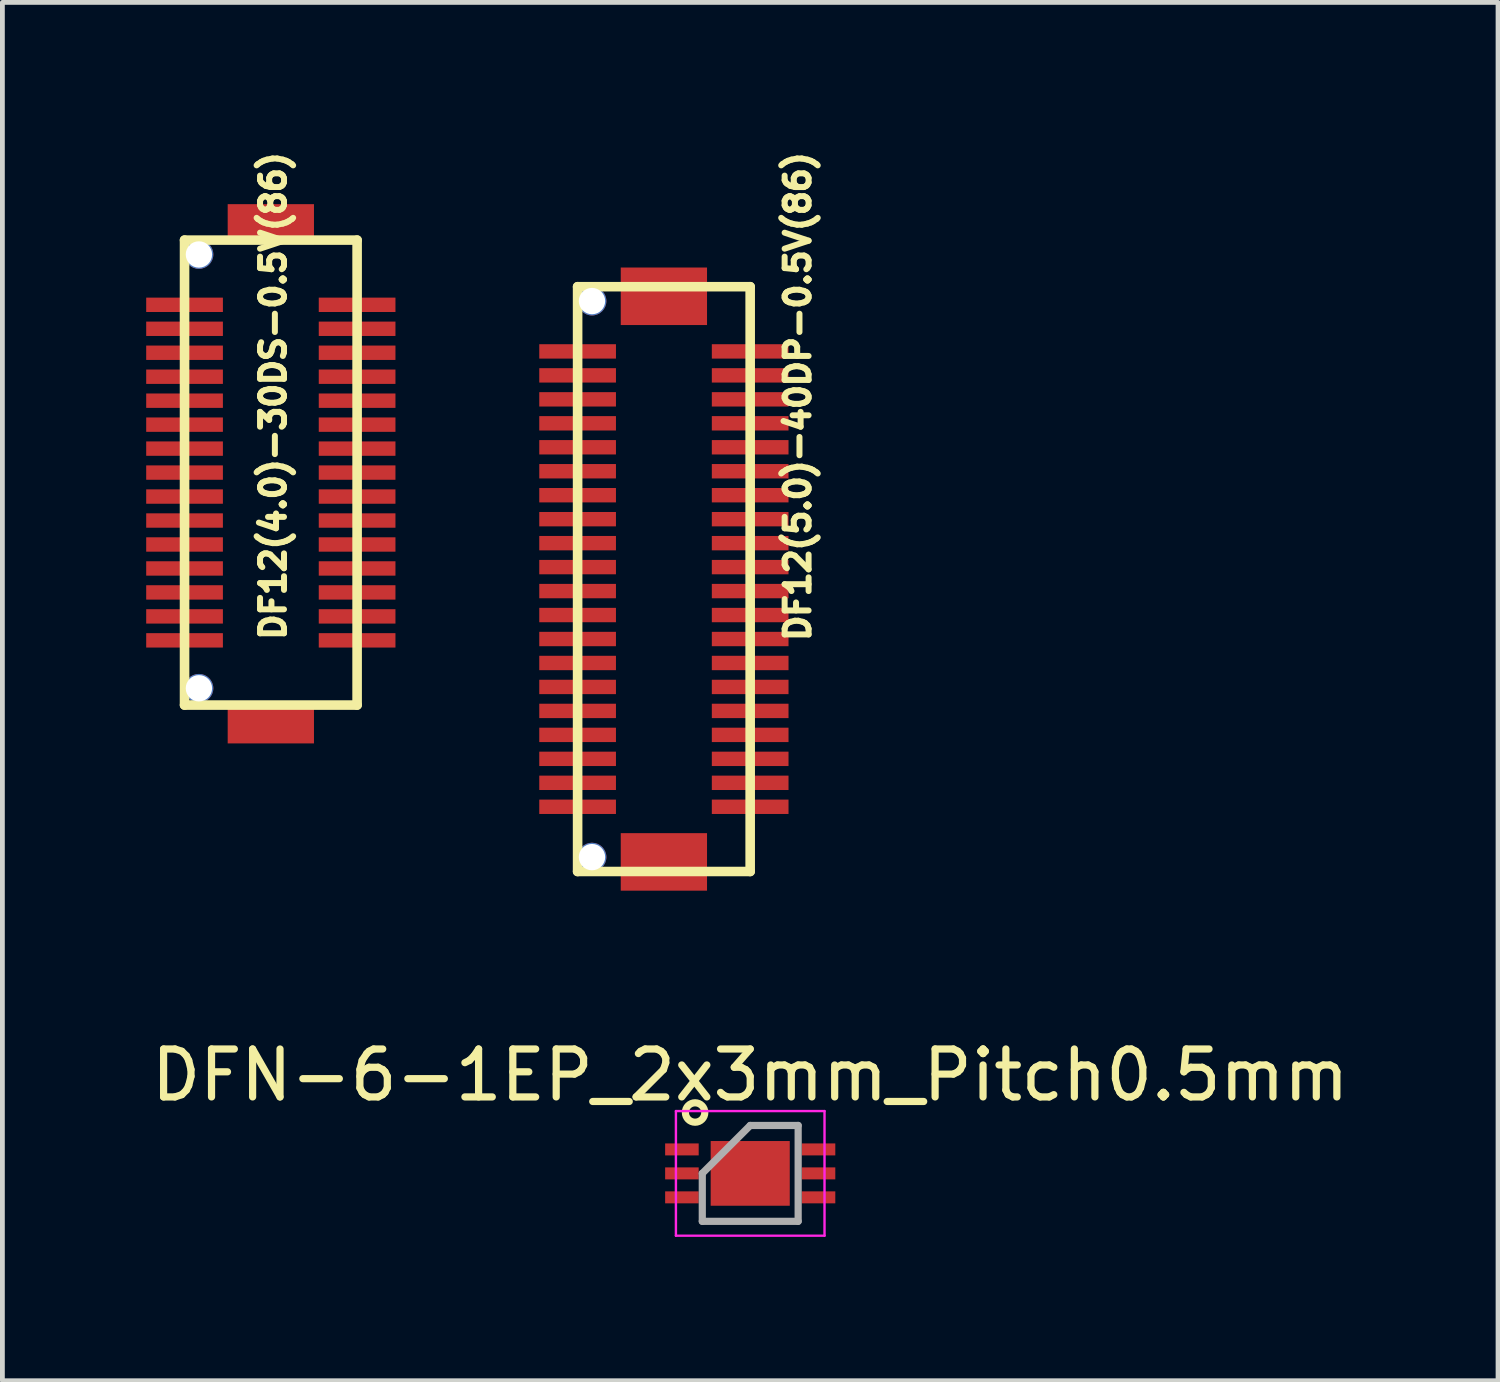
<source format=kicad_pcb>
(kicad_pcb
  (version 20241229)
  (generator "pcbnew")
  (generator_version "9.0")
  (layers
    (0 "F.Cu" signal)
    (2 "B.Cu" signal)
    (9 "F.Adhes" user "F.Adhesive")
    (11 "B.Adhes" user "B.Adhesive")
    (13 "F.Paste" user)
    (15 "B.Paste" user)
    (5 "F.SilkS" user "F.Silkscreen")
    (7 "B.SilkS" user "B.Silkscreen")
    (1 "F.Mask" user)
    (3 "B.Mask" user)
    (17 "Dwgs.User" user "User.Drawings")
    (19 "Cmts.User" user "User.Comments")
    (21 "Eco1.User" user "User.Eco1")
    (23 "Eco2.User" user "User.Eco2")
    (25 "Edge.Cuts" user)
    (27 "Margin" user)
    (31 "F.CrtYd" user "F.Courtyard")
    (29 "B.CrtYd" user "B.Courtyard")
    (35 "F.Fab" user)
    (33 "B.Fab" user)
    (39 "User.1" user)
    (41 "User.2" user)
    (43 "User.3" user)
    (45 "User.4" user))
  (footprint "DF12(5.0)-40DP-0.5V(86)"
    (layer "F.Cu")
    (at 10.8 9.031)
    (property "Reference" "DF12(5.0)-40DP-0.5V(86)" (at 2.794 -3.81 90) (layer "F.SilkS") (effects (font (size 0.5 0.5) (thickness 0.125))))
    (attr through_hole)
    (fp_line (start -1.8 -6.1) (end -1.8 6.1) (stroke (width 0.2) (type solid)) (layer "F.SilkS"))
    (fp_line (start -1.8 -6.1) (end 1.8 -6.1) (stroke (width 0.2) (type solid)) (layer "F.SilkS"))
    (fp_line (start 1.8 6.1) (end -1.8 6.1) (stroke (width 0.2) (type solid)) (layer "F.SilkS"))
    (fp_line (start 1.8 6.1) (end 1.8 -6.1) (stroke (width 0.2) (type solid)) (layer "F.SilkS"))
    (pad "" np_thru_hole circle (at -1.5 -5.8) (size 0.6 0.6) (drill 0.55) (layers "*.Cu"))
    (pad "" np_thru_hole circle (at -1.5 5.8) (size 0.6 0.6) (drill 0.55) (layers "*.Cu"))
    (pad "1" smd rect (at -1.8 -4.75) (size 1.6 0.3) (layers "F.Cu" "F.Mask" "F.Paste"))
    (pad "2" smd rect (at -1.8 -4.25) (size 1.6 0.3) (layers "F.Cu" "F.Mask" "F.Paste"))
    (pad "3" smd rect (at -1.8 -3.75) (size 1.6 0.3) (layers "F.Cu" "F.Mask" "F.Paste"))
    (pad "4" smd rect (at -1.8 -3.25) (size 1.6 0.3) (layers "F.Cu" "F.Mask" "F.Paste"))
    (pad "5" smd rect (at -1.8 -2.75) (size 1.6 0.3) (layers "F.Cu" "F.Mask" "F.Paste"))
    (pad "6" smd rect (at -1.8 -2.25) (size 1.6 0.3) (layers "F.Cu" "F.Mask" "F.Paste"))
    (pad "7" smd rect (at -1.8 -1.75) (size 1.6 0.3) (layers "F.Cu" "F.Mask" "F.Paste"))
    (pad "8" smd rect (at -1.8 -1.25) (size 1.6 0.3) (layers "F.Cu" "F.Mask" "F.Paste"))
    (pad "9" smd rect (at -1.8 -0.75) (size 1.6 0.3) (layers "F.Cu" "F.Mask" "F.Paste"))
    (pad "10" smd rect (at -1.8 -0.25) (size 1.6 0.3) (layers "F.Cu" "F.Mask" "F.Paste"))
    (pad "11" smd rect (at -1.8 0.25) (size 1.6 0.3) (layers "F.Cu" "F.Mask" "F.Paste"))
    (pad "12" smd rect (at -1.8 0.75) (size 1.6 0.3) (layers "F.Cu" "F.Mask" "F.Paste"))
    (pad "13" smd rect (at -1.8 1.25) (size 1.6 0.3) (layers "F.Cu" "F.Mask" "F.Paste"))
    (pad "14" smd rect (at -1.8 1.75) (size 1.6 0.3) (layers "F.Cu" "F.Mask" "F.Paste"))
    (pad "15" smd rect (at -1.8 2.25) (size 1.6 0.3) (layers "F.Cu" "F.Mask" "F.Paste"))
    (pad "16" smd rect (at -1.8 2.75) (size 1.6 0.3) (layers "F.Cu" "F.Mask" "F.Paste"))
    (pad "17" smd rect (at -1.8 3.25) (size 1.6 0.3) (layers "F.Cu" "F.Mask" "F.Paste"))
    (pad "18" smd rect (at -1.8 3.75) (size 1.6 0.3) (layers "F.Cu" "F.Mask" "F.Paste"))
    (pad "19" smd rect (at -1.8 4.25) (size 1.6 0.3) (layers "F.Cu" "F.Mask" "F.Paste"))
    (pad "20" smd rect (at -1.8 4.75) (size 1.6 0.3) (layers "F.Cu" "F.Mask" "F.Paste"))
    (pad "21" smd rect (at 1.8 4.75) (size 1.6 0.3) (layers "F.Cu" "F.Mask" "F.Paste"))
    (pad "22" smd rect (at 1.8 4.25) (size 1.6 0.3) (layers "F.Cu" "F.Mask" "F.Paste"))
    (pad "23" smd rect (at 1.8 3.75) (size 1.6 0.3) (layers "F.Cu" "F.Mask" "F.Paste"))
    (pad "24" smd rect (at 1.8 3.25) (size 1.6 0.3) (layers "F.Cu" "F.Mask" "F.Paste"))
    (pad "25" smd rect (at 1.8 2.75) (size 1.6 0.3) (layers "F.Cu" "F.Mask" "F.Paste"))
    (pad "26" smd rect (at 1.8 2.25) (size 1.6 0.3) (layers "F.Cu" "F.Mask" "F.Paste"))
    (pad "27" smd rect (at 1.8 1.75) (size 1.6 0.3) (layers "F.Cu" "F.Mask" "F.Paste"))
    (pad "28" smd rect (at 1.8 1.25) (size 1.6 0.3) (layers "F.Cu" "F.Mask" "F.Paste"))
    (pad "29" smd rect (at 1.8 0.75) (size 1.6 0.3) (layers "F.Cu" "F.Mask" "F.Paste"))
    (pad "30" smd rect (at 1.8 0.25) (size 1.6 0.3) (layers "F.Cu" "F.Mask" "F.Paste"))
    (pad "31" smd rect (at 1.8 -0.25) (size 1.6 0.3) (layers "F.Cu" "F.Mask" "F.Paste"))
    (pad "32" smd rect (at 1.8 -0.75) (size 1.6 0.3) (layers "F.Cu" "F.Mask" "F.Paste"))
    (pad "33" smd rect (at 1.8 -1.25) (size 1.6 0.3) (layers "F.Cu" "F.Mask" "F.Paste"))
    (pad "34" smd rect (at 1.8 -1.75) (size 1.6 0.3) (layers "F.Cu" "F.Mask" "F.Paste"))
    (pad "35" smd rect (at 1.8 -2.25) (size 1.6 0.3) (layers "F.Cu" "F.Mask" "F.Paste"))
    (pad "36" smd rect (at 1.8 -2.75) (size 1.6 0.3) (layers "F.Cu" "F.Mask" "F.Paste"))
    (pad "37" smd rect (at 1.8 -3.25) (size 1.6 0.3) (layers "F.Cu" "F.Mask" "F.Paste"))
    (pad "38" smd rect (at 1.8 -3.75) (size 1.6 0.3) (layers "F.Cu" "F.Mask" "F.Paste"))
    (pad "39" smd rect (at 1.8 -4.25) (size 1.6 0.3) (layers "F.Cu" "F.Mask" "F.Paste"))
    (pad "40" smd rect (at 1.8 -4.75) (size 1.6 0.3) (layers "F.Cu" "F.Mask" "F.Paste"))
    (pad "N0" smd rect (at 0 -5.9) (size 1.8 1.2) (layers "F.Cu" "F.Mask" "F.Paste"))
    (pad "N1" smd rect (at 0 5.9) (size 1.8 1.2) (layers "F.Cu" "F.Mask" "F.Paste")))
  (footprint "DFN-6-1EP_2x3mm_Pitch0.5mm"
    (layer "F.Cu")
    (at 12.601 21.429)
    (property "Reference" "DFN-6-1EP_2x3mm_Pitch0.5mm" (at 0 -2.05 0) (layer "F.SilkS") (effects (font (size 1 1) (thickness 0.15))))
    (attr smd)
    (fp_circle (center -1.15 -1.27) (end -0.96 -1.2) (stroke (width 0.15) (type solid)) (fill no) (layer "F.SilkS"))
    (fp_line (start -1.55 -1.3) (end -1.55 1.3) (stroke (width 0.05) (type solid)) (layer "F.CrtYd"))
    (fp_line (start -1.55 -1.3) (end 1.55 -1.3) (stroke (width 0.05) (type solid)) (layer "F.CrtYd"))
    (fp_line (start -1.55 1.3) (end 1.55 1.3) (stroke (width 0.05) (type solid)) (layer "F.CrtYd"))
    (fp_line (start 1.55 -1.3) (end 1.55 1.3) (stroke (width 0.05) (type solid)) (layer "F.CrtYd"))
    (fp_line (start -1 0) (end 0 -1) (stroke (width 0.15) (type solid)) (layer "F.Fab"))
    (fp_line (start -1 1) (end -1 0) (stroke (width 0.15) (type solid)) (layer "F.Fab"))
    (fp_line (start 0 -1) (end 1 -1) (stroke (width 0.15) (type solid)) (layer "F.Fab"))
    (fp_line (start 1 -1) (end 1 1) (stroke (width 0.15) (type solid)) (layer "F.Fab"))
    (fp_line (start 1 1) (end -1 1) (stroke (width 0.15) (type solid)) (layer "F.Fab"))
    (pad "1" smd rect (at -1.425 -0.5) (size 0.7 0.25) (layers "F.Cu" "F.Mask" "F.Paste"))
    (pad "2" smd rect (at -1.425 0) (size 0.7 0.25) (layers "F.Cu" "F.Mask" "F.Paste"))
    (pad "3" smd rect (at -1.425 0.5) (size 0.7 0.25) (layers "F.Cu" "F.Mask" "F.Paste"))
    (pad "4" smd rect (at 1.425 0.5) (size 0.7 0.25) (layers "F.Cu" "F.Mask" "F.Paste"))
    (pad "5" smd rect (at 1.425 0) (size 0.7 0.25) (layers "F.Cu" "F.Mask" "F.Paste"))
    (pad "6" smd rect (at 1.425 -0.5) (size 0.7 0.25) (layers "F.Cu" "F.Mask" "F.Paste"))
    (pad "7" smd rect (at 0 0 90) (size 1.35 1.65) (layers "F.Cu" "F.Mask" "F.Paste")))
  (footprint "DF12(4.0)-30DS-0.5V(86)"
    (layer "F.Cu")
    (at 2.6 6.809)
    (property "Reference" "DF12(4.0)-30DS-0.5V(86)" (at 0.05 -1.6 90) (layer "F.SilkS") (effects (font (size 0.5 0.5) (thickness 0.125))))
    (attr through_hole)
    (fp_line (start -1.8 -4.85) (end -1.8 4.85) (stroke (width 0.2) (type solid)) (layer "F.SilkS"))
    (fp_line (start -1.8 -4.85) (end 1.8 -4.85) (stroke (width 0.2) (type solid)) (layer "F.SilkS"))
    (fp_line (start 1.8 4.85) (end -1.8 4.85) (stroke (width 0.2) (type solid)) (layer "F.SilkS"))
    (fp_line (start 1.8 4.85) (end 1.8 -4.85) (stroke (width 0.2) (type solid)) (layer "F.SilkS"))
    (pad "" np_thru_hole circle (at -1.5 -4.55) (size 0.6 0.6) (drill 0.55) (layers "*.Cu"))
    (pad "" np_thru_hole circle (at -1.5 4.5) (size 0.6 0.6) (drill 0.55) (layers "*.Cu"))
    (pad "1" smd rect (at -1.8 -3.5) (size 1.6 0.3) (layers "F.Cu" "F.Mask" "F.Paste"))
    (pad "2" smd rect (at -1.8 -3) (size 1.6 0.3) (layers "F.Cu" "F.Mask" "F.Paste"))
    (pad "3" smd rect (at -1.8 -2.5) (size 1.6 0.3) (layers "F.Cu" "F.Mask" "F.Paste"))
    (pad "4" smd rect (at -1.8 -2) (size 1.6 0.3) (layers "F.Cu" "F.Mask" "F.Paste"))
    (pad "5" smd rect (at -1.8 -1.5) (size 1.6 0.3) (layers "F.Cu" "F.Mask" "F.Paste"))
    (pad "6" smd rect (at -1.8 -1) (size 1.6 0.3) (layers "F.Cu" "F.Mask" "F.Paste"))
    (pad "7" smd rect (at -1.8 -0.5) (size 1.6 0.3) (layers "F.Cu" "F.Mask" "F.Paste"))
    (pad "8" smd rect (at -1.8 0) (size 1.6 0.3) (layers "F.Cu" "F.Mask" "F.Paste"))
    (pad "9" smd rect (at -1.8 0.5) (size 1.6 0.3) (layers "F.Cu" "F.Mask" "F.Paste"))
    (pad "10" smd rect (at -1.8 1) (size 1.6 0.3) (layers "F.Cu" "F.Mask" "F.Paste"))
    (pad "11" smd rect (at -1.8 1.5) (size 1.6 0.3) (layers "F.Cu" "F.Mask" "F.Paste"))
    (pad "12" smd rect (at -1.8 2) (size 1.6 0.3) (layers "F.Cu" "F.Mask" "F.Paste"))
    (pad "13" smd rect (at -1.8 2.5) (size 1.6 0.3) (layers "F.Cu" "F.Mask" "F.Paste"))
    (pad "14" smd rect (at -1.8 3) (size 1.6 0.3) (layers "F.Cu" "F.Mask" "F.Paste"))
    (pad "15" smd rect (at -1.8 3.5) (size 1.6 0.3) (layers "F.Cu" "F.Mask" "F.Paste"))
    (pad "16" smd rect (at 1.8 3.5) (size 1.6 0.3) (layers "F.Cu" "F.Mask" "F.Paste"))
    (pad "17" smd rect (at 1.8 3) (size 1.6 0.3) (layers "F.Cu" "F.Mask" "F.Paste"))
    (pad "18" smd rect (at 1.8 2.5) (size 1.6 0.3) (layers "F.Cu" "F.Mask" "F.Paste"))
    (pad "19" smd rect (at 1.8 2) (size 1.6 0.3) (layers "F.Cu" "F.Mask" "F.Paste"))
    (pad "20" smd rect (at 1.8 1.5) (size 1.6 0.3) (layers "F.Cu" "F.Mask" "F.Paste"))
    (pad "21" smd rect (at 1.8 1) (size 1.6 0.3) (layers "F.Cu" "F.Mask" "F.Paste"))
    (pad "22" smd rect (at 1.8 0.5) (size 1.6 0.3) (layers "F.Cu" "F.Mask" "F.Paste"))
    (pad "23" smd rect (at 1.8 0) (size 1.6 0.3) (layers "F.Cu" "F.Mask" "F.Paste"))
    (pad "24" smd rect (at 1.8 -0.5) (size 1.6 0.3) (layers "F.Cu" "F.Mask" "F.Paste"))
    (pad "25" smd rect (at 1.8 -1) (size 1.6 0.3) (layers "F.Cu" "F.Mask" "F.Paste"))
    (pad "26" smd rect (at 1.8 -1.5) (size 1.6 0.3) (layers "F.Cu" "F.Mask" "F.Paste"))
    (pad "27" smd rect (at 1.8 -2) (size 1.6 0.3) (layers "F.Cu" "F.Mask" "F.Paste"))
    (pad "28" smd rect (at 1.8 -2.5) (size 1.6 0.3) (layers "F.Cu" "F.Mask" "F.Paste"))
    (pad "29" smd rect (at 1.8 -3) (size 1.6 0.3) (layers "F.Cu" "F.Mask" "F.Paste"))
    (pad "30" smd rect (at 1.8 -3.5) (size 1.6 0.3) (layers "F.Cu" "F.Mask" "F.Paste"))
    (pad "N0" smd rect (at 0 -5.2) (size 1.8 0.8) (layers "F.Cu" "F.Mask" "F.Paste"))
    (pad "N1" smd rect (at 0 5.25) (size 1.8 0.8) (layers "F.Cu" "F.Mask" "F.Paste")))
  (gr_rect
    (start -3 -3)
    (end 28.202 25.754)
    (stroke (width 0.1) (type default))
    (fill no)
    (layer "Edge.Cuts")))
</source>
